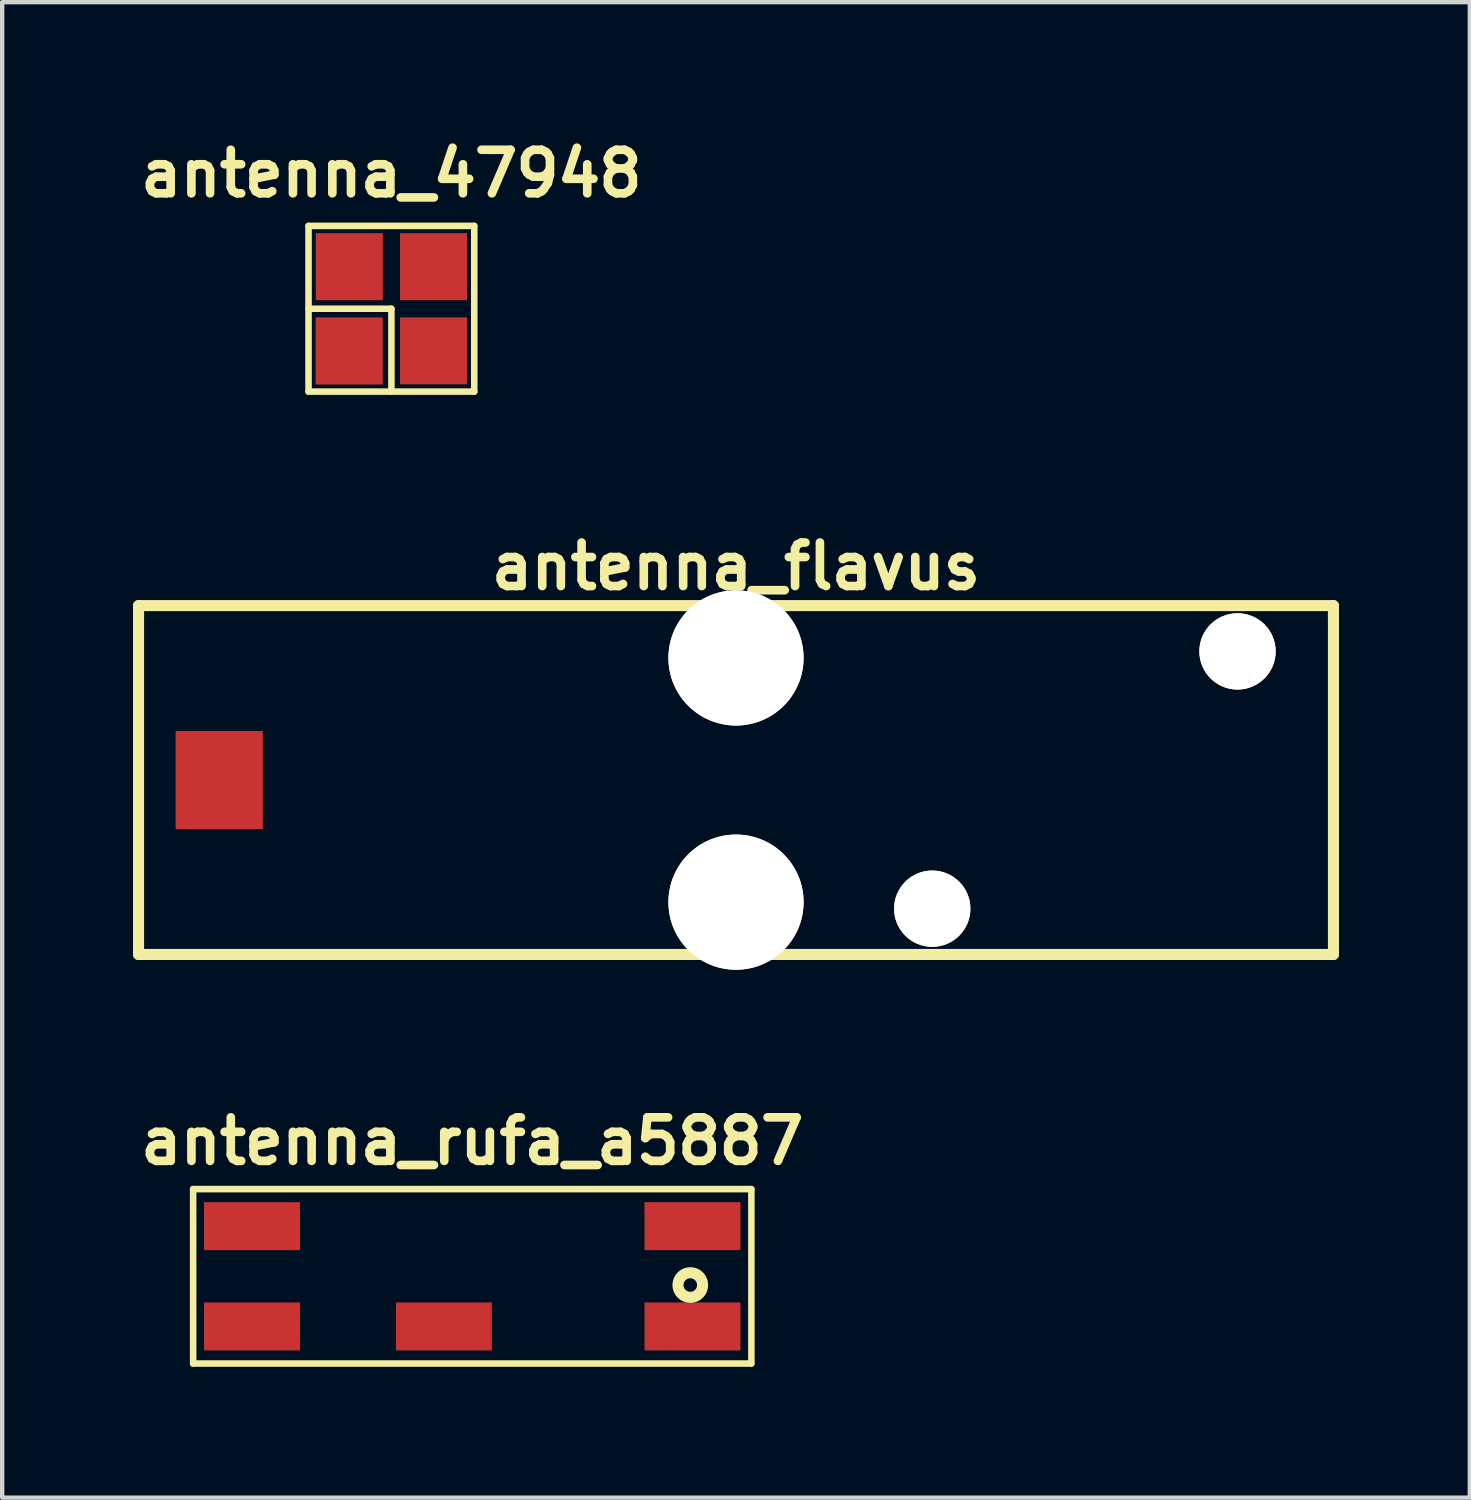
<source format=kicad_pcb>
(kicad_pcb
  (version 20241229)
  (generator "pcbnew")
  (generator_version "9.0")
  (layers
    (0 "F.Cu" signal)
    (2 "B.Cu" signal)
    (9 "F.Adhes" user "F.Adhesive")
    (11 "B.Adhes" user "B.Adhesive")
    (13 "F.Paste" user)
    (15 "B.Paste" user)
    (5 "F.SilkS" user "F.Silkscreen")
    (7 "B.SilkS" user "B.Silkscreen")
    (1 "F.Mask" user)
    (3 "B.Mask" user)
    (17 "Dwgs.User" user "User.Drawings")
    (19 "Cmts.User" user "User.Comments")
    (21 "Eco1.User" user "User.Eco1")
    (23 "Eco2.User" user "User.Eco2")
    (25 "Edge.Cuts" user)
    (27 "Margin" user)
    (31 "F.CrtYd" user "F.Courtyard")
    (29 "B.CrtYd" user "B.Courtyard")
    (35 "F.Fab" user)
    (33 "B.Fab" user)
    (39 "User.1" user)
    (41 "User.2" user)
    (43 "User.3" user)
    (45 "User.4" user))
  (footprint "antenna_rufa_a5887"
    (layer "F.Cu")
    (at 7.779 26.217)
    (property "Reference" "antenna_rufa_a5887" (at 0 -3.099 0) (layer "F.SilkS") (effects (font (size 0.998 0.998) (thickness 0.198))))
    (attr through_hole)
    (fp_line (start -6.4 -2) (end -6.4 2) (stroke (width 0.15) (type solid)) (layer "F.SilkS"))
    (fp_line (start -6.4 -2) (end 6.4 -2) (stroke (width 0.15) (type solid)) (layer "F.SilkS"))
    (fp_line (start -6.4 2) (end 6.4 2) (stroke (width 0.15) (type solid)) (layer "F.SilkS"))
    (fp_line (start 6.4 -2) (end 6.4 2) (stroke (width 0.15) (type solid)) (layer "F.SilkS"))
    (fp_circle (center 5 0.2) (end 5.2 0.4) (stroke (width 0.254) (type solid)) (fill no) (layer "F.SilkS"))
    (pad "" smd rect (at -5.05 -1.15) (size 2.2 1.1) (layers "F.Cu" "F.Mask" "F.Paste"))
    (pad "" smd rect (at -5.05 1.15) (size 2.2 1.1) (layers "F.Cu" "F.Mask" "F.Paste"))
    (pad "" smd rect (at 5.05 -1.15) (size 2.2 1.1) (layers "F.Cu" "F.Mask" "F.Paste"))
    (pad "1" smd rect (at 5.05 1.15) (size 2.2 1.1) (layers "F.Cu" "F.Mask" "F.Paste"))
    (pad "2" smd rect (at -0.65 1.15) (size 2.2 1.1) (layers "F.Cu" "F.Mask" "F.Paste")))
  (footprint "antenna_47948"
    (layer "F.Cu")
    (at 5.925 4.03)
    (property "Reference" "antenna_47948" (at 0 -3.099 0) (layer "F.SilkS") (effects (font (size 0.998 0.998) (thickness 0.198))))
    (attr through_hole)
    (fp_line (start -1.9 -1.9) (end 1.9 -1.9) (stroke (width 0.15) (type solid)) (layer "F.SilkS"))
    (fp_line (start -1.9 0) (end 0 0) (stroke (width 0.15) (type solid)) (layer "F.SilkS"))
    (fp_line (start -1.9 1.9) (end -1.9 -1.9) (stroke (width 0.15) (type solid)) (layer "F.SilkS"))
    (fp_line (start 0 0) (end 0 1.9) (stroke (width 0.15) (type solid)) (layer "F.SilkS"))
    (fp_line (start 1.9 -1.9) (end 1.9 1.9) (stroke (width 0.15) (type solid)) (layer "F.SilkS"))
    (fp_line (start 1.9 1.9) (end -1.9 1.9) (stroke (width 0.15) (type solid)) (layer "F.SilkS"))
    (pad "" smd rect (at -0.965 -0.965) (size 1.537 1.537) (layers "F.Cu" "F.Mask" "F.Paste"))
    (pad "" smd rect (at 0.965 -0.965) (size 1.537 1.537) (layers "F.Cu" "F.Mask" "F.Paste"))
    (pad "" smd rect (at 0.965 0.965) (size 1.537 1.537) (layers "F.Cu" "F.Mask" "F.Paste"))
    (pad "1" smd rect (at -0.968 0.968) (size 1.539 1.539) (layers "F.Cu" "F.Mask" "F.Paste")))
  (footprint "antenna_flavus"
    (layer "F.Cu")
    (at 13.827 14.837)
    (property "Reference" "antenna_flavus" (at 0 -4.9 0) (layer "F.SilkS") (effects (font (size 0.998 0.998) (thickness 0.198))))
    (attr through_hole)
    (fp_line (start -13.7 -4) (end -13.7 4) (stroke (width 0.254) (type solid)) (layer "F.SilkS"))
    (fp_line (start -13.7 -4) (end 13.7 -4) (stroke (width 0.254) (type solid)) (layer "F.SilkS"))
    (fp_line (start -13.7 4) (end 13.7 4) (stroke (width 0.254) (type solid)) (layer "F.SilkS"))
    (fp_line (start 13.7 4) (end 13.7 -4) (stroke (width 0.254) (type solid)) (layer "F.SilkS"))
    (pad "" np_thru_hole circle (at 0 -2.8) (size 3.1 3.1) (drill 3.1) (layers "*.Cu" "*.Mask" "F.SilkS"))
    (pad "" np_thru_hole circle (at 0 2.8) (size 3.1 3.1) (drill 3.1) (layers "*.Cu" "*.Mask" "F.SilkS"))
    (pad "" np_thru_hole circle (at 4.5 2.95) (size 1.75 1.75) (drill 1.75) (layers "*.Cu" "*.Mask" "F.SilkS"))
    (pad "" np_thru_hole circle (at 11.5 -2.95) (size 1.75 1.75) (drill 1.75) (layers "*.Cu" "*.Mask" "F.SilkS"))
    (pad "1" smd rect (at -11.85 0) (size 2 2.25) (layers "F.Cu" "F.Mask")))
  (gr_rect
    (start -3 -3)
    (end 30.654 31.292)
    (stroke (width 0.1) (type default))
    (fill no)
    (layer "Edge.Cuts")))
</source>
